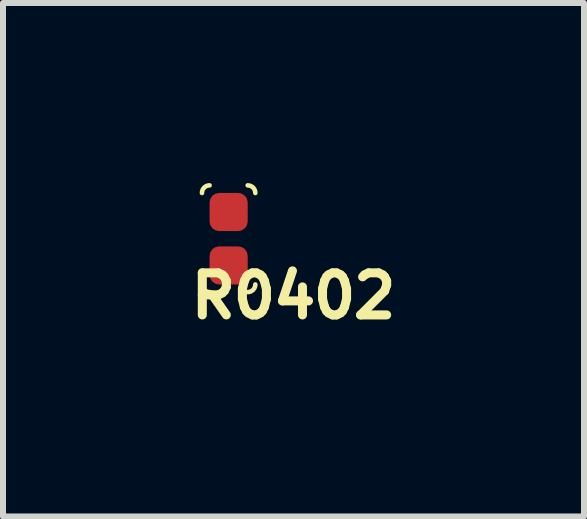
<source format=kicad_pcb>
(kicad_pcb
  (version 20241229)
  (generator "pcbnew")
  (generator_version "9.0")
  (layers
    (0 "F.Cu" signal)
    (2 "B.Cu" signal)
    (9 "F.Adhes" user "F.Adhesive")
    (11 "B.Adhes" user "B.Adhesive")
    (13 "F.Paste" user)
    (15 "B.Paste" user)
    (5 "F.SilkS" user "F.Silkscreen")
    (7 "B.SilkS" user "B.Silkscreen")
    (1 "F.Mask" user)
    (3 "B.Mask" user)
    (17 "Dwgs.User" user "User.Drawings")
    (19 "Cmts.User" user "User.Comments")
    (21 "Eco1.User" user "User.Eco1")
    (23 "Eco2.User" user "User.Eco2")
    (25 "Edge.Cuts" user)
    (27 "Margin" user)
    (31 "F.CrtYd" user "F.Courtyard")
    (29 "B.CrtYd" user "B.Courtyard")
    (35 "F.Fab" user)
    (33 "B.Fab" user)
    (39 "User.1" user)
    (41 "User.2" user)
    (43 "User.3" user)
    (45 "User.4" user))
  (footprint "R0402"
    (layer "F.Cu")
    (at 0.759 0.927)
    (property "Reference" "R0402" (at 1.08 0.953 180) (layer "F.SilkS") (effects (font (size 0.701 0.701) (thickness 0.15))))
    (attr smd)
    (fp_arc (start -0.4445 -0.762) (mid -0.407303 -0.851803) (end -0.3175 -0.889) (stroke (width 0.0762) (type solid)) (layer "F.SilkS"))
    (fp_arc (start -0.3175 0.889) (mid -0.407303 0.851803) (end -0.4445 0.762) (stroke (width 0.0762) (type solid)) (layer "F.SilkS"))
    (fp_arc (start 0.3175 -0.889) (mid 0.407303 -0.851803) (end 0.4445 -0.762) (stroke (width 0.0762) (type solid)) (layer "F.SilkS"))
    (fp_arc (start 0.4445 0.762) (mid 0.407303 0.851803) (end 0.3175 0.889) (stroke (width 0.0762) (type solid)) (layer "F.SilkS"))
    (pad "1" smd roundrect (at 0 -0.445) (size 0.635 0.635) (layers "F.Cu" "F.Mask" "F.Paste") (roundrect_rratio 0.25))
    (pad "2" smd roundrect (at 0 0.445) (size 0.635 0.635) (layers "F.Cu" "F.Mask" "F.Paste") (roundrect_rratio 0.25)))
  (gr_rect
    (start -3 -3)
    (end 6.679 5.554)
    (stroke (width 0.1) (type default))
    (fill no)
    (layer "Edge.Cuts")))
</source>
